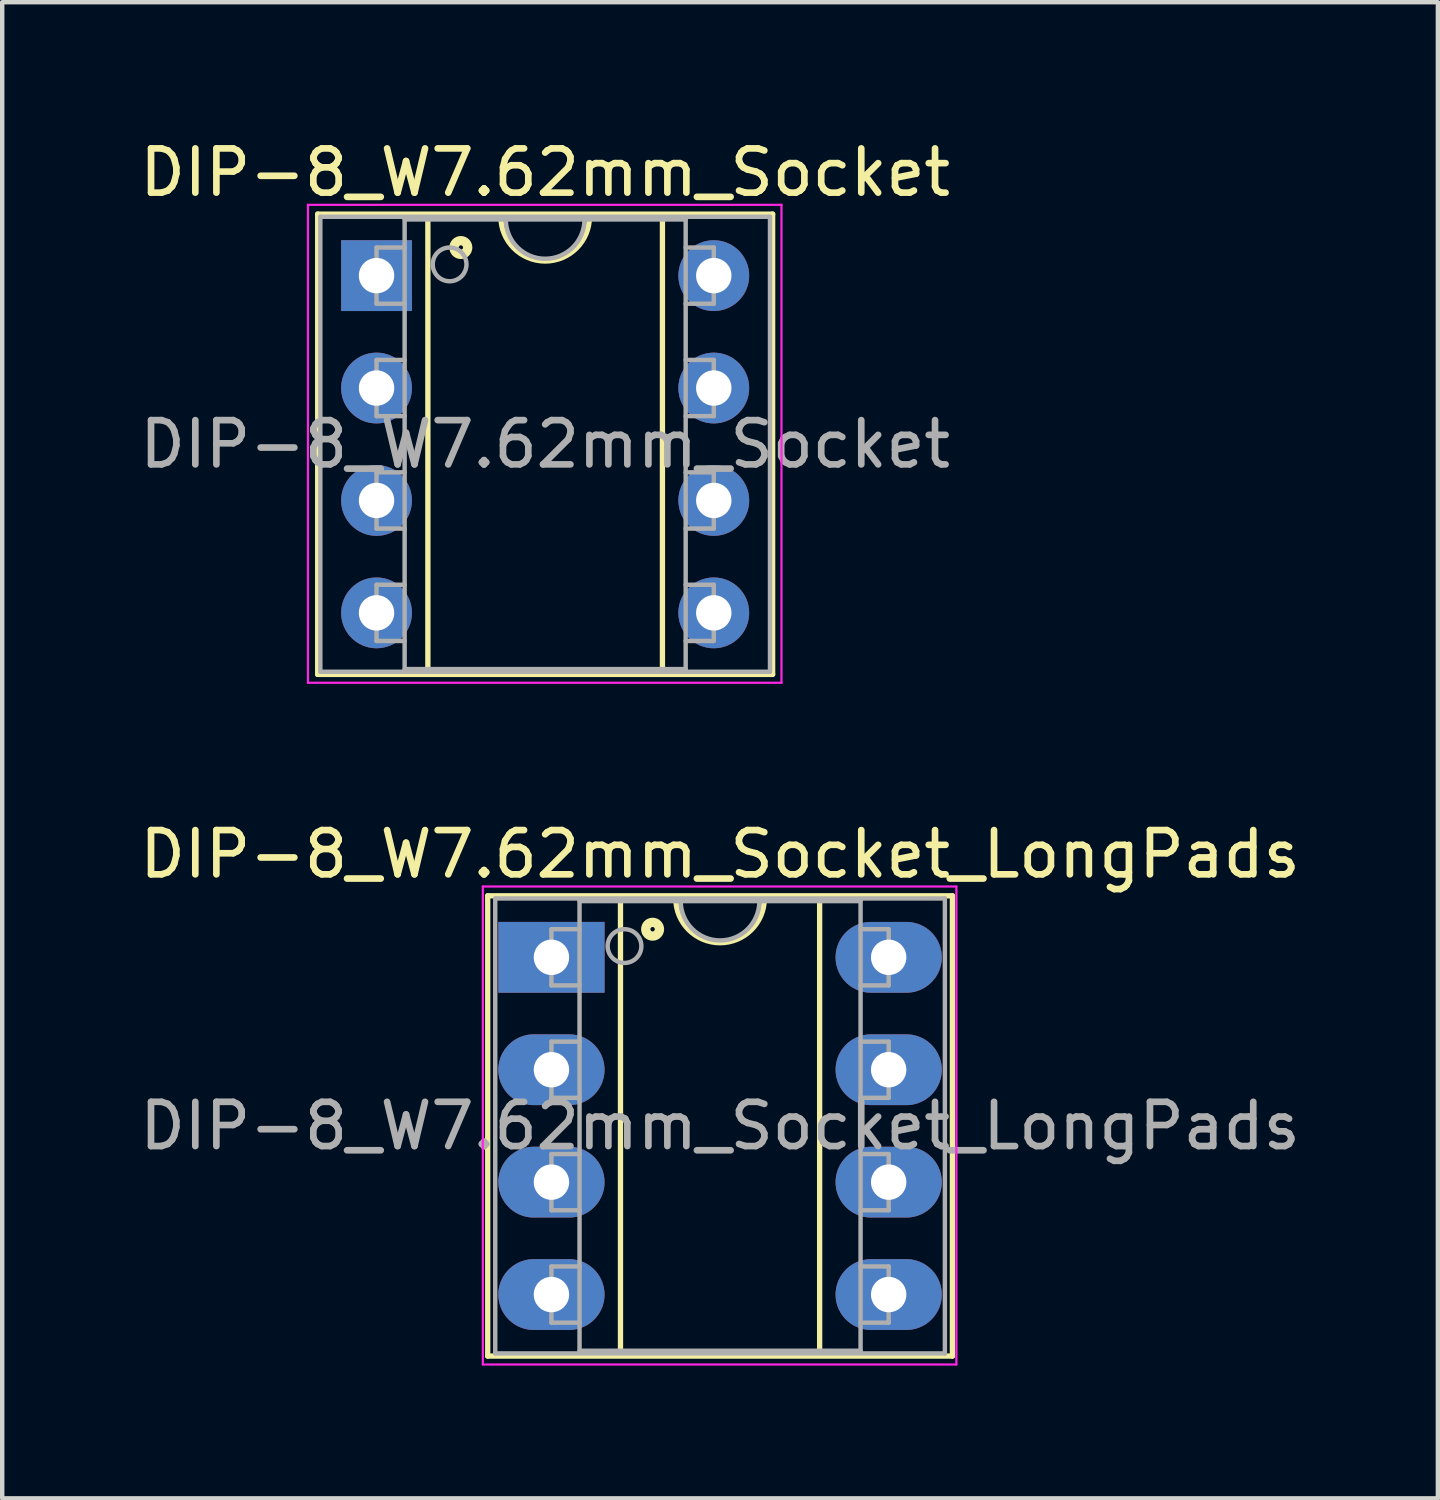
<source format=kicad_pcb>
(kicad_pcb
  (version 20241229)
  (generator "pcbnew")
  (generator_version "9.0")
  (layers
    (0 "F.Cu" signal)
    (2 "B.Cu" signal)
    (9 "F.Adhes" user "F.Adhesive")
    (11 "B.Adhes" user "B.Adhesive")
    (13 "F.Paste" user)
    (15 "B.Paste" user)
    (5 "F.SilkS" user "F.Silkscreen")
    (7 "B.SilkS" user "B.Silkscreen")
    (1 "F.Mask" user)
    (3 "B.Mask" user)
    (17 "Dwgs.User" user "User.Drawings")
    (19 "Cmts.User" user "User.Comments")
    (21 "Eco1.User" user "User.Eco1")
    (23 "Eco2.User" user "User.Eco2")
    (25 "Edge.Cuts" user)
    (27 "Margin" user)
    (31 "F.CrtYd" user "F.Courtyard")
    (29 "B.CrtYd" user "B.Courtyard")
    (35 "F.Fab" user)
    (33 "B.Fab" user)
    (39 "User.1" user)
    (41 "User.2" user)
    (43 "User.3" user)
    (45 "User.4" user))
  (footprint "DIP-8_W7.62mm_Socket"
    (layer "F.Cu")
    (at 5.458 3.178)
    (property "Reference" "DIP-8_W7.62mm_Socket" (at 3.81 -2.33 0) (layer "F.SilkS") (effects (font (size 1 1) (thickness 0.15))))
    (attr through_hole)
    (fp_line (start -1.33 -1.39) (end -1.33 9.01) (stroke (width 0.12) (type solid)) (layer "F.SilkS"))
    (fp_line (start -1.33 9.01) (end 8.95 9.01) (stroke (width 0.12) (type solid)) (layer "F.SilkS"))
    (fp_line (start 1.16 -1.33) (end 1.16 8.95) (stroke (width 0.12) (type solid)) (layer "F.SilkS"))
    (fp_line (start 1.16 8.95) (end 6.46 8.95) (stroke (width 0.12) (type solid)) (layer "F.SilkS"))
    (fp_line (start 2.81 -1.33) (end 1.16 -1.33) (stroke (width 0.12) (type solid)) (layer "F.SilkS"))
    (fp_line (start 6.46 -1.33) (end 4.81 -1.33) (stroke (width 0.12) (type solid)) (layer "F.SilkS"))
    (fp_line (start 6.46 8.95) (end 6.46 -1.33) (stroke (width 0.12) (type solid)) (layer "F.SilkS"))
    (fp_line (start 8.95 -1.39) (end -1.33 -1.39) (stroke (width 0.12) (type solid)) (layer "F.SilkS"))
    (fp_line (start 8.95 9.01) (end 8.95 -1.39) (stroke (width 0.12) (type solid)) (layer "F.SilkS"))
    (fp_arc (start 4.81 -1.33) (mid 3.81 -0.33) (end 2.81 -1.33) (stroke (width 0.12) (type solid)) (layer "F.SilkS"))
    (fp_circle (center 1.905 -0.635) (end 1.955 -0.635) (stroke (width 0.12) (type solid)) (fill no) (layer "F.SilkS"))
    (fp_circle (center 1.905 -0.635) (end 2.03 -0.635) (stroke (width 0.12) (type solid)) (fill no) (layer "F.SilkS"))
    (fp_circle (center 1.905 -0.635) (end 2.105 -0.635) (stroke (width 0.12) (type solid)) (fill no) (layer "F.SilkS"))
    (fp_line (start -1.55 -1.6) (end -1.55 9.2) (stroke (width 0.05) (type solid)) (layer "F.CrtYd"))
    (fp_line (start -1.55 9.2) (end 9.15 9.2) (stroke (width 0.05) (type solid)) (layer "F.CrtYd"))
    (fp_line (start 9.15 -1.6) (end -1.55 -1.6) (stroke (width 0.05) (type solid)) (layer "F.CrtYd"))
    (fp_line (start 9.15 9.2) (end 9.15 -1.6) (stroke (width 0.05) (type solid)) (layer "F.CrtYd"))
    (fp_line (start -1.27 -1.33) (end -1.27 8.95) (stroke (width 0.1) (type solid)) (layer "F.Fab"))
    (fp_line (start -1.27 8.95) (end 8.89 8.95) (stroke (width 0.1) (type solid)) (layer "F.Fab"))
    (fp_line (start 0 -0.635) (end 0 0.635) (stroke (width 0.1) (type solid)) (layer "F.Fab"))
    (fp_line (start 0 -0.635) (end 0.635 -0.635) (stroke (width 0.1) (type solid)) (layer "F.Fab"))
    (fp_line (start 0 0.635) (end 0.635 0.635) (stroke (width 0.1) (type solid)) (layer "F.Fab"))
    (fp_line (start 0 1.905) (end 0 3.175) (stroke (width 0.1) (type solid)) (layer "F.Fab"))
    (fp_line (start 0 1.905) (end 0.635 1.905) (stroke (width 0.1) (type solid)) (layer "F.Fab"))
    (fp_line (start 0 3.175) (end 0.635 3.175) (stroke (width 0.1) (type solid)) (layer "F.Fab"))
    (fp_line (start 0 4.445) (end 0 5.715) (stroke (width 0.1) (type solid)) (layer "F.Fab"))
    (fp_line (start 0 4.445) (end 0.635 4.445) (stroke (width 0.1) (type solid)) (layer "F.Fab"))
    (fp_line (start 0 5.715) (end 0.635 5.715) (stroke (width 0.1) (type solid)) (layer "F.Fab"))
    (fp_line (start 0 6.985) (end 0 8.255) (stroke (width 0.1) (type solid)) (layer "F.Fab"))
    (fp_line (start 0 6.985) (end 0.635 6.985) (stroke (width 0.1) (type solid)) (layer "F.Fab"))
    (fp_line (start 0 8.255) (end 0.635 8.255) (stroke (width 0.1) (type solid)) (layer "F.Fab"))
    (fp_line (start 0.635 -1.27) (end 6.985 -1.27) (stroke (width 0.1) (type solid)) (layer "F.Fab"))
    (fp_line (start 0.635 8.89) (end 0.635 -1.27) (stroke (width 0.1) (type solid)) (layer "F.Fab"))
    (fp_line (start 6.985 -1.27) (end 6.985 8.89) (stroke (width 0.1) (type solid)) (layer "F.Fab"))
    (fp_line (start 6.985 8.89) (end 0.635 8.89) (stroke (width 0.1) (type solid)) (layer "F.Fab"))
    (fp_line (start 7.62 -0.635) (end 6.985 -0.635) (stroke (width 0.1) (type solid)) (layer "F.Fab"))
    (fp_line (start 7.62 0.635) (end 6.985 0.635) (stroke (width 0.1) (type solid)) (layer "F.Fab"))
    (fp_line (start 7.62 0.635) (end 7.62 -0.635) (stroke (width 0.1) (type solid)) (layer "F.Fab"))
    (fp_line (start 7.62 1.905) (end 6.985 1.905) (stroke (width 0.1) (type solid)) (layer "F.Fab"))
    (fp_line (start 7.62 3.175) (end 6.985 3.175) (stroke (width 0.1) (type solid)) (layer "F.Fab"))
    (fp_line (start 7.62 3.175) (end 7.62 1.905) (stroke (width 0.1) (type solid)) (layer "F.Fab"))
    (fp_line (start 7.62 4.445) (end 6.985 4.445) (stroke (width 0.1) (type solid)) (layer "F.Fab"))
    (fp_line (start 7.62 5.715) (end 6.985 5.715) (stroke (width 0.1) (type solid)) (layer "F.Fab"))
    (fp_line (start 7.62 5.715) (end 7.62 4.445) (stroke (width 0.1) (type solid)) (layer "F.Fab"))
    (fp_line (start 7.62 6.985) (end 6.985 6.985) (stroke (width 0.1) (type solid)) (layer "F.Fab"))
    (fp_line (start 7.62 8.255) (end 6.985 8.255) (stroke (width 0.1) (type solid)) (layer "F.Fab"))
    (fp_line (start 7.62 8.255) (end 7.62 6.985) (stroke (width 0.1) (type solid)) (layer "F.Fab"))
    (fp_line (start 8.89 -1.33) (end -1.27 -1.33) (stroke (width 0.1) (type solid)) (layer "F.Fab"))
    (fp_line (start 8.89 8.95) (end 8.89 -1.33) (stroke (width 0.1) (type solid)) (layer "F.Fab"))
    (fp_arc (start 4.699 -1.27) (mid 3.81 -0.381) (end 2.921 -1.27) (stroke (width 0.1) (type solid)) (layer "F.Fab"))
    (fp_circle (center 1.651 -0.254) (end 2.032 -0.254) (stroke (width 0.1) (type solid)) (fill no) (layer "F.Fab"))
    (fp_text user "${REFERENCE}" (at 3.81 3.81 0) (layer "F.Fab") (effects (font (size 1 1) (thickness 0.15))))
    (pad "1" thru_hole rect (at 0 0) (size 1.6 1.6) (drill 0.8) (layers "*.Cu" "*.Mask"))
    (pad "2" thru_hole oval (at 0 2.54) (size 1.6 1.6) (drill 0.8) (layers "*.Cu" "*.Mask"))
    (pad "3" thru_hole oval (at 0 5.08) (size 1.6 1.6) (drill 0.8) (layers "*.Cu" "*.Mask"))
    (pad "4" thru_hole oval (at 0 7.62) (size 1.6 1.6) (drill 0.8) (layers "*.Cu" "*.Mask"))
    (pad "5" thru_hole oval (at 7.62 7.62) (size 1.6 1.6) (drill 0.8) (layers "*.Cu" "*.Mask"))
    (pad "6" thru_hole oval (at 7.62 5.08) (size 1.6 1.6) (drill 0.8) (layers "*.Cu" "*.Mask"))
    (pad "7" thru_hole oval (at 7.62 2.54) (size 1.6 1.6) (drill 0.8) (layers "*.Cu" "*.Mask"))
    (pad "8" thru_hole oval (at 7.62 0) (size 1.6 1.6) (drill 0.8) (layers "*.Cu" "*.Mask")))
  (footprint "DIP-8_W7.62mm_Socket_LongPads"
    (layer "F.Cu")
    (at 9.41 18.581)
    (property "Reference" "DIP-8_W7.62mm_Socket_LongPads" (at 3.81 -2.33 0) (layer "F.SilkS") (effects (font (size 1 1) (thickness 0.15))))
    (attr through_hole)
    (fp_line (start -1.44 -1.39) (end -1.44 9.01) (stroke (width 0.12) (type solid)) (layer "F.SilkS"))
    (fp_line (start -1.44 9.01) (end 9.06 9.01) (stroke (width 0.12) (type solid)) (layer "F.SilkS"))
    (fp_line (start 1.56 -1.33) (end 1.56 8.95) (stroke (width 0.12) (type solid)) (layer "F.SilkS"))
    (fp_line (start 1.56 8.95) (end 6.06 8.95) (stroke (width 0.12) (type solid)) (layer "F.SilkS"))
    (fp_line (start 2.81 -1.33) (end 1.56 -1.33) (stroke (width 0.12) (type solid)) (layer "F.SilkS"))
    (fp_line (start 6.06 -1.33) (end 4.81 -1.33) (stroke (width 0.12) (type solid)) (layer "F.SilkS"))
    (fp_line (start 6.06 8.95) (end 6.06 -1.33) (stroke (width 0.12) (type solid)) (layer "F.SilkS"))
    (fp_line (start 9.06 -1.39) (end -1.44 -1.39) (stroke (width 0.12) (type solid)) (layer "F.SilkS"))
    (fp_line (start 9.06 9.01) (end 9.06 -1.39) (stroke (width 0.12) (type solid)) (layer "F.SilkS"))
    (fp_arc (start 4.81 -1.33) (mid 3.81 -0.33) (end 2.81 -1.33) (stroke (width 0.12) (type solid)) (layer "F.SilkS"))
    (fp_circle (center 2.286 -0.635) (end 2.336 -0.635) (stroke (width 0.12) (type solid)) (fill no) (layer "F.SilkS"))
    (fp_circle (center 2.286 -0.635) (end 2.411 -0.635) (stroke (width 0.12) (type solid)) (fill no) (layer "F.SilkS"))
    (fp_circle (center 2.286 -0.635) (end 2.486 -0.635) (stroke (width 0.12) (type solid)) (fill no) (layer "F.SilkS"))
    (fp_line (start -1.55 -1.6) (end -1.55 9.2) (stroke (width 0.05) (type solid)) (layer "F.CrtYd"))
    (fp_line (start -1.55 9.2) (end 9.15 9.2) (stroke (width 0.05) (type solid)) (layer "F.CrtYd"))
    (fp_line (start 9.15 -1.6) (end -1.55 -1.6) (stroke (width 0.05) (type solid)) (layer "F.CrtYd"))
    (fp_line (start 9.15 9.2) (end 9.15 -1.6) (stroke (width 0.05) (type solid)) (layer "F.CrtYd"))
    (fp_line (start -1.27 -1.33) (end -1.27 8.95) (stroke (width 0.1) (type solid)) (layer "F.Fab"))
    (fp_line (start -1.27 8.95) (end 8.89 8.95) (stroke (width 0.1) (type solid)) (layer "F.Fab"))
    (fp_line (start 0 -0.635) (end 0 0.635) (stroke (width 0.1) (type solid)) (layer "F.Fab"))
    (fp_line (start 0 -0.635) (end 0.635 -0.635) (stroke (width 0.1) (type solid)) (layer "F.Fab"))
    (fp_line (start 0 0.635) (end 0.635 0.635) (stroke (width 0.1) (type solid)) (layer "F.Fab"))
    (fp_line (start 0 1.905) (end 0 3.175) (stroke (width 0.1) (type solid)) (layer "F.Fab"))
    (fp_line (start 0 1.905) (end 0.635 1.905) (stroke (width 0.1) (type solid)) (layer "F.Fab"))
    (fp_line (start 0 3.175) (end 0.635 3.175) (stroke (width 0.1) (type solid)) (layer "F.Fab"))
    (fp_line (start 0 4.445) (end 0 5.715) (stroke (width 0.1) (type solid)) (layer "F.Fab"))
    (fp_line (start 0 4.445) (end 0.635 4.445) (stroke (width 0.1) (type solid)) (layer "F.Fab"))
    (fp_line (start 0 5.715) (end 0.635 5.715) (stroke (width 0.1) (type solid)) (layer "F.Fab"))
    (fp_line (start 0 6.985) (end 0 8.255) (stroke (width 0.1) (type solid)) (layer "F.Fab"))
    (fp_line (start 0 6.985) (end 0.635 6.985) (stroke (width 0.1) (type solid)) (layer "F.Fab"))
    (fp_line (start 0 8.255) (end 0.635 8.255) (stroke (width 0.1) (type solid)) (layer "F.Fab"))
    (fp_line (start 0.635 -1.27) (end 6.985 -1.27) (stroke (width 0.1) (type solid)) (layer "F.Fab"))
    (fp_line (start 0.635 8.89) (end 0.635 -1.27) (stroke (width 0.1) (type solid)) (layer "F.Fab"))
    (fp_line (start 6.985 -1.27) (end 6.985 8.89) (stroke (width 0.1) (type solid)) (layer "F.Fab"))
    (fp_line (start 6.985 8.89) (end 0.635 8.89) (stroke (width 0.1) (type solid)) (layer "F.Fab"))
    (fp_line (start 7.62 -0.635) (end 6.985 -0.635) (stroke (width 0.1) (type solid)) (layer "F.Fab"))
    (fp_line (start 7.62 0.635) (end 6.985 0.635) (stroke (width 0.1) (type solid)) (layer "F.Fab"))
    (fp_line (start 7.62 0.635) (end 7.62 -0.635) (stroke (width 0.1) (type solid)) (layer "F.Fab"))
    (fp_line (start 7.62 1.905) (end 6.985 1.905) (stroke (width 0.1) (type solid)) (layer "F.Fab"))
    (fp_line (start 7.62 3.175) (end 6.985 3.175) (stroke (width 0.1) (type solid)) (layer "F.Fab"))
    (fp_line (start 7.62 3.175) (end 7.62 1.905) (stroke (width 0.1) (type solid)) (layer "F.Fab"))
    (fp_line (start 7.62 4.445) (end 6.985 4.445) (stroke (width 0.1) (type solid)) (layer "F.Fab"))
    (fp_line (start 7.62 5.715) (end 6.985 5.715) (stroke (width 0.1) (type solid)) (layer "F.Fab"))
    (fp_line (start 7.62 5.715) (end 7.62 4.445) (stroke (width 0.1) (type solid)) (layer "F.Fab"))
    (fp_line (start 7.62 6.985) (end 6.985 6.985) (stroke (width 0.1) (type solid)) (layer "F.Fab"))
    (fp_line (start 7.62 8.255) (end 6.985 8.255) (stroke (width 0.1) (type solid)) (layer "F.Fab"))
    (fp_line (start 7.62 8.255) (end 7.62 6.985) (stroke (width 0.1) (type solid)) (layer "F.Fab"))
    (fp_line (start 8.89 -1.33) (end -1.27 -1.33) (stroke (width 0.1) (type solid)) (layer "F.Fab"))
    (fp_line (start 8.89 8.95) (end 8.89 -1.33) (stroke (width 0.1) (type solid)) (layer "F.Fab"))
    (fp_arc (start 4.699 -1.27) (mid 3.81 -0.381) (end 2.921 -1.27) (stroke (width 0.1) (type solid)) (layer "F.Fab"))
    (fp_circle (center 1.651 -0.254) (end 2.032 -0.254) (stroke (width 0.1) (type solid)) (fill no) (layer "F.Fab"))
    (fp_text user "${REFERENCE}" (at 3.81 3.81 0) (layer "F.Fab") (effects (font (size 1 1) (thickness 0.15))))
    (pad "1" thru_hole rect (at 0 0) (size 2.4 1.6) (drill 0.8) (layers "*.Cu" "*.Mask"))
    (pad "2" thru_hole oval (at 0 2.54) (size 2.4 1.6) (drill 0.8) (layers "*.Cu" "*.Mask"))
    (pad "3" thru_hole oval (at 0 5.08) (size 2.4 1.6) (drill 0.8) (layers "*.Cu" "*.Mask"))
    (pad "4" thru_hole oval (at 0 7.62) (size 2.4 1.6) (drill 0.8) (layers "*.Cu" "*.Mask"))
    (pad "5" thru_hole oval (at 7.62 7.62) (size 2.4 1.6) (drill 0.8) (layers "*.Cu" "*.Mask"))
    (pad "6" thru_hole oval (at 7.62 5.08) (size 2.4 1.6) (drill 0.8) (layers "*.Cu" "*.Mask"))
    (pad "7" thru_hole oval (at 7.62 2.54) (size 2.4 1.6) (drill 0.8) (layers "*.Cu" "*.Mask"))
    (pad "8" thru_hole oval (at 7.62 0) (size 2.4 1.6) (drill 0.8) (layers "*.Cu" "*.Mask")))
  (gr_rect
    (start -3 -3)
    (end 29.44 30.806)
    (stroke (width 0.1) (type default))
    (fill no)
    (layer "Edge.Cuts")))
</source>
